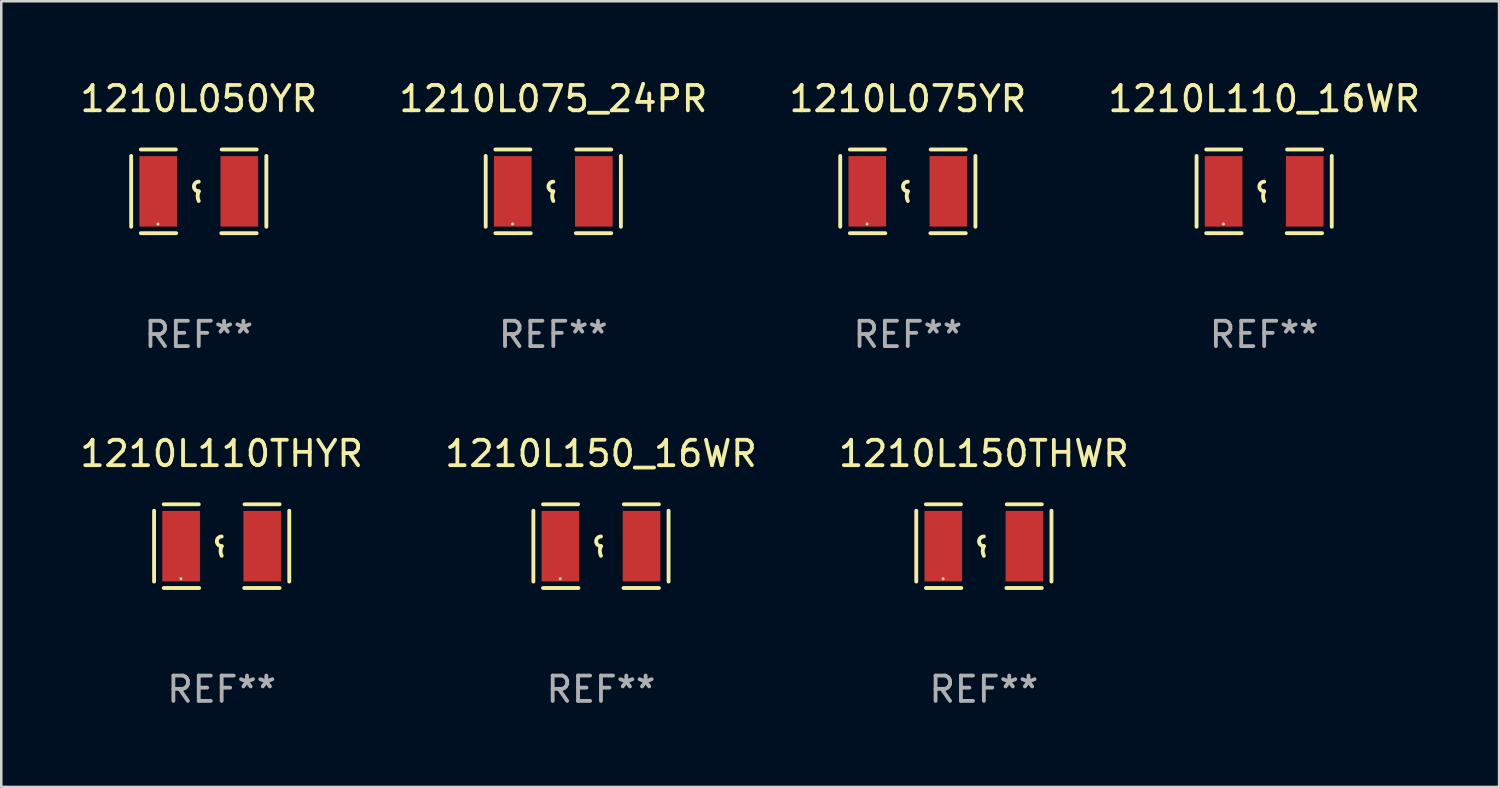
<source format=kicad_pcb>
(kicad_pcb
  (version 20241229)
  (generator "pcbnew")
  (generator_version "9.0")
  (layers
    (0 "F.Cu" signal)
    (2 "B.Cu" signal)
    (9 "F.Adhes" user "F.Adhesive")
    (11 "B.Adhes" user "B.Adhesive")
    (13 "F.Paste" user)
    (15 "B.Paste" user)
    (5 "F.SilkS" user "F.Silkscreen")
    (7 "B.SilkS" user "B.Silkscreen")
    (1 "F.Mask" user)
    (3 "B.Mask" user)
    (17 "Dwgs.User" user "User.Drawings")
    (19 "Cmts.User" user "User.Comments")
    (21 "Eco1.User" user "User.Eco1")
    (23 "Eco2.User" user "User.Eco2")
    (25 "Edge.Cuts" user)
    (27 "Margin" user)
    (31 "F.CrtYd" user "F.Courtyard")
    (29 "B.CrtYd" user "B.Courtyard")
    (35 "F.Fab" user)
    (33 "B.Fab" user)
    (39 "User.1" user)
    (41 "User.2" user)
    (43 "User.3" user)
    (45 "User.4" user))
  (footprint "1210L150THWR"
    (layer "F.Cu")
    (at 35.768 18.498)
    (property "Reference" "1210L150THWR" (at 0 -3.651 0) (layer "F.SilkS") (effects (font (size 1 1) (thickness 0.15))))
    (attr through_hole)
    (fp_line (start -2.667 -1.397) (end -2.667 1.397) (stroke (width 0.152) (type solid)) (layer "F.SilkS"))
    (fp_line (start -2.286 -1.651) (end -0.903 -1.651) (stroke (width 0.152) (type solid)) (layer "F.SilkS"))
    (fp_line (start -0.889 1.651) (end -2.286 1.651) (stroke (width 0.152) (type solid)) (layer "F.SilkS"))
    (fp_line (start 0.889 1.651) (end 2.286 1.651) (stroke (width 0.152) (type solid)) (layer "F.SilkS"))
    (fp_line (start 2.286 -1.651) (end 0.903 -1.651) (stroke (width 0.152) (type solid)) (layer "F.SilkS"))
    (fp_line (start 2.667 -1.397) (end 2.667 1.397) (stroke (width 0.152) (type solid)) (layer "F.SilkS"))
    (fp_arc (start 0 0) (mid -0.1905 -0.1905) (end 0 -0.381) (stroke (width 0.151994) (type solid)) (layer "F.SilkS"))
    (fp_arc (start 0 0.381001) (mid -0.044971 0.1905) (end 0 0) (stroke (width 0.151994) (type solid)) (layer "F.SilkS"))
    (fp_circle (center -1.608 1.288) (end -1.578 1.288) (stroke (width 0.06) (type solid)) (fill no) (layer "F.SilkS"))
    (fp_text user "REF**" (at 0 5.651 0) (layer "F.Fab") (effects (font (size 1 1) (thickness 0.15))))
    (pad "1" smd rect (at -1.6 0) (size 1.485 2.781) (layers "F.Cu" "F.Mask" "F.Paste"))
    (pad "2" smd rect (at 1.6 0) (size 1.485 2.781) (layers "F.Cu" "F.Mask" "F.Paste")))
  (footprint "1210L150_16WR"
    (layer "F.Cu")
    (at 20.661 18.498)
    (property "Reference" "1210L150_16WR" (at 0 -3.651 0) (layer "F.SilkS") (effects (font (size 1 1) (thickness 0.15))))
    (attr through_hole)
    (fp_line (start -2.667 -1.397) (end -2.667 1.397) (stroke (width 0.152) (type solid)) (layer "F.SilkS"))
    (fp_line (start -2.286 -1.651) (end -0.903 -1.651) (stroke (width 0.152) (type solid)) (layer "F.SilkS"))
    (fp_line (start -0.889 1.651) (end -2.286 1.651) (stroke (width 0.152) (type solid)) (layer "F.SilkS"))
    (fp_line (start 0.889 1.651) (end 2.286 1.651) (stroke (width 0.152) (type solid)) (layer "F.SilkS"))
    (fp_line (start 2.286 -1.651) (end 0.903 -1.651) (stroke (width 0.152) (type solid)) (layer "F.SilkS"))
    (fp_line (start 2.667 -1.397) (end 2.667 1.397) (stroke (width 0.152) (type solid)) (layer "F.SilkS"))
    (fp_arc (start 0 0) (mid -0.1905 -0.1905) (end 0 -0.381) (stroke (width 0.151994) (type solid)) (layer "F.SilkS"))
    (fp_arc (start 0 0.381001) (mid -0.044971 0.1905) (end 0 0) (stroke (width 0.151994) (type solid)) (layer "F.SilkS"))
    (fp_circle (center -1.608 1.288) (end -1.578 1.288) (stroke (width 0.06) (type solid)) (fill no) (layer "F.SilkS"))
    (fp_text user "REF**" (at 0 5.651 0) (layer "F.Fab") (effects (font (size 1 1) (thickness 0.15))))
    (pad "1" smd rect (at -1.6 0) (size 1.485 2.781) (layers "F.Cu" "F.Mask" "F.Paste"))
    (pad "2" smd rect (at 1.6 0) (size 1.485 2.781) (layers "F.Cu" "F.Mask" "F.Paste")))
  (footprint "1210L110_16WR"
    (layer "F.Cu")
    (at 46.827 4.499)
    (property "Reference" "1210L110_16WR" (at 0 -3.651 0) (layer "F.SilkS") (effects (font (size 1 1) (thickness 0.15))))
    (attr through_hole)
    (fp_line (start -2.667 -1.397) (end -2.667 1.397) (stroke (width 0.152) (type solid)) (layer "F.SilkS"))
    (fp_line (start -2.286 -1.651) (end -0.903 -1.651) (stroke (width 0.152) (type solid)) (layer "F.SilkS"))
    (fp_line (start -0.889 1.651) (end -2.286 1.651) (stroke (width 0.152) (type solid)) (layer "F.SilkS"))
    (fp_line (start 0.889 1.651) (end 2.286 1.651) (stroke (width 0.152) (type solid)) (layer "F.SilkS"))
    (fp_line (start 2.286 -1.651) (end 0.903 -1.651) (stroke (width 0.152) (type solid)) (layer "F.SilkS"))
    (fp_line (start 2.667 -1.397) (end 2.667 1.397) (stroke (width 0.152) (type solid)) (layer "F.SilkS"))
    (fp_arc (start 0 0) (mid -0.1905 -0.1905) (end 0 -0.381) (stroke (width 0.151994) (type solid)) (layer "F.SilkS"))
    (fp_arc (start 0 0.381001) (mid -0.044971 0.1905) (end 0 0) (stroke (width 0.151994) (type solid)) (layer "F.SilkS"))
    (fp_circle (center -1.608 1.288) (end -1.578 1.288) (stroke (width 0.06) (type solid)) (fill no) (layer "F.SilkS"))
    (fp_text user "REF**" (at 0 5.651 0) (layer "F.Fab") (effects (font (size 1 1) (thickness 0.15))))
    (pad "1" smd rect (at -1.6 0) (size 1.485 2.781) (layers "F.Cu" "F.Mask" "F.Paste"))
    (pad "2" smd rect (at 1.6 0) (size 1.485 2.781) (layers "F.Cu" "F.Mask" "F.Paste")))
  (footprint "1210L050YR"
    (layer "F.Cu")
    (at 4.792 4.499)
    (property "Reference" "1210L050YR" (at 0 -3.651 0) (layer "F.SilkS") (effects (font (size 1 1) (thickness 0.15))))
    (attr through_hole)
    (fp_line (start -2.667 -1.397) (end -2.667 1.397) (stroke (width 0.152) (type solid)) (layer "F.SilkS"))
    (fp_line (start -2.286 -1.651) (end -0.903 -1.651) (stroke (width 0.152) (type solid)) (layer "F.SilkS"))
    (fp_line (start -0.889 1.651) (end -2.286 1.651) (stroke (width 0.152) (type solid)) (layer "F.SilkS"))
    (fp_line (start 0.889 1.651) (end 2.286 1.651) (stroke (width 0.152) (type solid)) (layer "F.SilkS"))
    (fp_line (start 2.286 -1.651) (end 0.903 -1.651) (stroke (width 0.152) (type solid)) (layer "F.SilkS"))
    (fp_line (start 2.667 -1.397) (end 2.667 1.397) (stroke (width 0.152) (type solid)) (layer "F.SilkS"))
    (fp_arc (start 0 0) (mid -0.1905 -0.1905) (end 0 -0.381) (stroke (width 0.151994) (type solid)) (layer "F.SilkS"))
    (fp_arc (start 0 0.381001) (mid -0.044971 0.1905) (end 0 0) (stroke (width 0.151994) (type solid)) (layer "F.SilkS"))
    (fp_circle (center -1.608 1.288) (end -1.578 1.288) (stroke (width 0.06) (type solid)) (fill no) (layer "F.SilkS"))
    (fp_text user "REF**" (at 0 5.651 0) (layer "F.Fab") (effects (font (size 1 1) (thickness 0.15))))
    (pad "1" smd rect (at -1.6 0) (size 1.485 2.781) (layers "F.Cu" "F.Mask" "F.Paste"))
    (pad "2" smd rect (at 1.6 0) (size 1.485 2.781) (layers "F.Cu" "F.Mask" "F.Paste")))
  (footprint "1210L075YR"
    (layer "F.Cu")
    (at 32.768 4.499)
    (property "Reference" "1210L075YR" (at 0 -3.651 0) (layer "F.SilkS") (effects (font (size 1 1) (thickness 0.15))))
    (attr through_hole)
    (fp_line (start -2.667 -1.397) (end -2.667 1.397) (stroke (width 0.152) (type solid)) (layer "F.SilkS"))
    (fp_line (start -2.286 -1.651) (end -0.903 -1.651) (stroke (width 0.152) (type solid)) (layer "F.SilkS"))
    (fp_line (start -0.889 1.651) (end -2.286 1.651) (stroke (width 0.152) (type solid)) (layer "F.SilkS"))
    (fp_line (start 0.889 1.651) (end 2.286 1.651) (stroke (width 0.152) (type solid)) (layer "F.SilkS"))
    (fp_line (start 2.286 -1.651) (end 0.903 -1.651) (stroke (width 0.152) (type solid)) (layer "F.SilkS"))
    (fp_line (start 2.667 -1.397) (end 2.667 1.397) (stroke (width 0.152) (type solid)) (layer "F.SilkS"))
    (fp_arc (start 0 0) (mid -0.1905 -0.1905) (end 0 -0.381) (stroke (width 0.151994) (type solid)) (layer "F.SilkS"))
    (fp_arc (start 0 0.381001) (mid -0.044971 0.1905) (end 0 0) (stroke (width 0.151994) (type solid)) (layer "F.SilkS"))
    (fp_circle (center -1.608 1.288) (end -1.578 1.288) (stroke (width 0.06) (type solid)) (fill no) (layer "F.SilkS"))
    (fp_text user "REF**" (at 0 5.651 0) (layer "F.Fab") (effects (font (size 1 1) (thickness 0.15))))
    (pad "1" smd rect (at -1.6 0) (size 1.485 2.781) (layers "F.Cu" "F.Mask" "F.Paste"))
    (pad "2" smd rect (at 1.6 0) (size 1.485 2.781) (layers "F.Cu" "F.Mask" "F.Paste")))
  (footprint "1210L110THYR"
    (layer "F.Cu")
    (at 5.696 18.498)
    (property "Reference" "1210L110THYR" (at 0 -3.651 0) (layer "F.SilkS") (effects (font (size 1 1) (thickness 0.15))))
    (attr through_hole)
    (fp_line (start -2.667 -1.397) (end -2.667 1.397) (stroke (width 0.152) (type solid)) (layer "F.SilkS"))
    (fp_line (start -2.286 -1.651) (end -0.903 -1.651) (stroke (width 0.152) (type solid)) (layer "F.SilkS"))
    (fp_line (start -0.889 1.651) (end -2.286 1.651) (stroke (width 0.152) (type solid)) (layer "F.SilkS"))
    (fp_line (start 0.889 1.651) (end 2.286 1.651) (stroke (width 0.152) (type solid)) (layer "F.SilkS"))
    (fp_line (start 2.286 -1.651) (end 0.903 -1.651) (stroke (width 0.152) (type solid)) (layer "F.SilkS"))
    (fp_line (start 2.667 -1.397) (end 2.667 1.397) (stroke (width 0.152) (type solid)) (layer "F.SilkS"))
    (fp_arc (start 0 0) (mid -0.1905 -0.1905) (end 0 -0.381) (stroke (width 0.151994) (type solid)) (layer "F.SilkS"))
    (fp_arc (start 0 0.381001) (mid -0.044971 0.1905) (end 0 0) (stroke (width 0.151994) (type solid)) (layer "F.SilkS"))
    (fp_circle (center -1.608 1.288) (end -1.578 1.288) (stroke (width 0.06) (type solid)) (fill no) (layer "F.SilkS"))
    (fp_text user "REF**" (at 0 5.651 0) (layer "F.Fab") (effects (font (size 1 1) (thickness 0.15))))
    (pad "1" smd rect (at -1.6 0) (size 1.485 2.781) (layers "F.Cu" "F.Mask" "F.Paste"))
    (pad "2" smd rect (at 1.6 0) (size 1.485 2.781) (layers "F.Cu" "F.Mask" "F.Paste")))
  (footprint "1210L075_24PR"
    (layer "F.Cu")
    (at 18.78 4.499)
    (property "Reference" "1210L075_24PR" (at 0 -3.651 0) (layer "F.SilkS") (effects (font (size 1 1) (thickness 0.15))))
    (attr through_hole)
    (fp_line (start -2.667 -1.397) (end -2.667 1.397) (stroke (width 0.152) (type solid)) (layer "F.SilkS"))
    (fp_line (start -2.286 -1.651) (end -0.903 -1.651) (stroke (width 0.152) (type solid)) (layer "F.SilkS"))
    (fp_line (start -0.889 1.651) (end -2.286 1.651) (stroke (width 0.152) (type solid)) (layer "F.SilkS"))
    (fp_line (start 0.889 1.651) (end 2.286 1.651) (stroke (width 0.152) (type solid)) (layer "F.SilkS"))
    (fp_line (start 2.286 -1.651) (end 0.903 -1.651) (stroke (width 0.152) (type solid)) (layer "F.SilkS"))
    (fp_line (start 2.667 -1.397) (end 2.667 1.397) (stroke (width 0.152) (type solid)) (layer "F.SilkS"))
    (fp_arc (start 0 0) (mid -0.1905 -0.1905) (end 0 -0.381) (stroke (width 0.151994) (type solid)) (layer "F.SilkS"))
    (fp_arc (start 0 0.381001) (mid -0.044971 0.1905) (end 0 0) (stroke (width 0.151994) (type solid)) (layer "F.SilkS"))
    (fp_circle (center -1.608 1.288) (end -1.578 1.288) (stroke (width 0.06) (type solid)) (fill no) (layer "F.SilkS"))
    (fp_text user "REF**" (at 0 5.651 0) (layer "F.Fab") (effects (font (size 1 1) (thickness 0.15))))
    (pad "1" smd rect (at -1.6 0) (size 1.485 2.781) (layers "F.Cu" "F.Mask" "F.Paste"))
    (pad "2" smd rect (at 1.6 0) (size 1.485 2.781) (layers "F.Cu" "F.Mask" "F.Paste")))
  (gr_rect
    (start -3 -3)
    (end 56.095 27.997)
    (stroke (width 0.1) (type default))
    (fill no)
    (layer "Edge.Cuts")))
</source>
